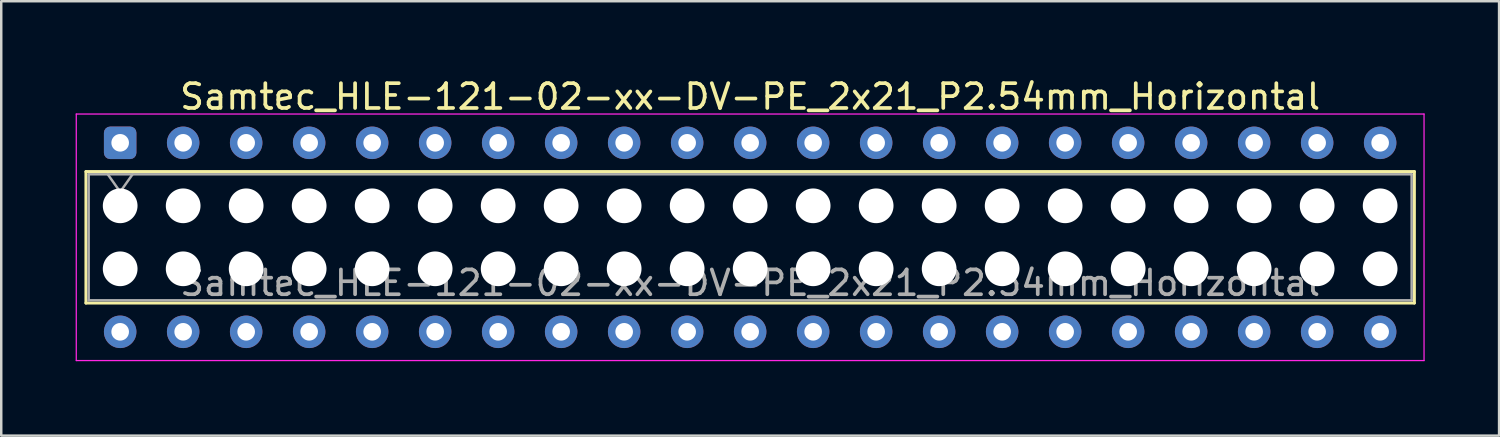
<source format=kicad_pcb>
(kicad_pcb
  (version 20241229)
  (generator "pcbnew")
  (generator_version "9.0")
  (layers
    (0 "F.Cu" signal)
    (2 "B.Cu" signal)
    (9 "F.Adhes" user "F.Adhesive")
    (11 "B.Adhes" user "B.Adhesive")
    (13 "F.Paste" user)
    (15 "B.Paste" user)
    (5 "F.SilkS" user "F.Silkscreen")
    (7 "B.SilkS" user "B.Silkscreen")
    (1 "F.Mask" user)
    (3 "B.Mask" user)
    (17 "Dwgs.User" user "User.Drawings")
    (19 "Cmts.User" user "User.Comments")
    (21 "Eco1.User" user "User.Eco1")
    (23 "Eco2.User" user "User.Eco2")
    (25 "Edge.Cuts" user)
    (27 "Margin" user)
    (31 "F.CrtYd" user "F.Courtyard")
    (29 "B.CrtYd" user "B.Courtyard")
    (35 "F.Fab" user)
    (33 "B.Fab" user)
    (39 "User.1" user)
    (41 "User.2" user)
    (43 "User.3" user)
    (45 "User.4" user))
  (footprint "Samtec_HLE-121-02-xx-DV-PE_2x21_P2.54mm_Horizontal"
    (layer "F.Cu")
    (at 1.795 2.708)
    (property "Reference" "Samtec_HLE-121-02-xx-DV-PE_2x21_P2.54mm_Horizontal" (at 25.4 -1.86 0) (layer "F.SilkS") (effects (font (size 1 1) (thickness 0.15))))
    (attr through_hole)
    (fp_line (start -1.38 1.16) (end 52.18 1.16) (stroke (width 0.12) (type solid)) (layer "F.SilkS"))
    (fp_line (start -1.38 6.46) (end -1.38 1.16) (stroke (width 0.12) (type solid)) (layer "F.SilkS"))
    (fp_line (start 52.18 1.16) (end 52.18 6.46) (stroke (width 0.12) (type solid)) (layer "F.SilkS"))
    (fp_line (start 52.18 6.46) (end -1.38 6.46) (stroke (width 0.12) (type solid)) (layer "F.SilkS"))
    (fp_line (start -1.77 -1.16) (end 52.57 -1.16) (stroke (width 0.05) (type solid)) (layer "F.CrtYd"))
    (fp_line (start -1.77 8.78) (end -1.77 -1.16) (stroke (width 0.05) (type solid)) (layer "F.CrtYd"))
    (fp_line (start 52.57 -1.16) (end 52.57 8.78) (stroke (width 0.05) (type solid)) (layer "F.CrtYd"))
    (fp_line (start 52.57 8.78) (end -1.77 8.78) (stroke (width 0.05) (type solid)) (layer "F.CrtYd"))
    (fp_line (start -1.27 1.27) (end 52.07 1.27) (stroke (width 0.1) (type solid)) (layer "F.Fab"))
    (fp_line (start -1.27 6.35) (end -1.27 1.27) (stroke (width 0.1) (type solid)) (layer "F.Fab"))
    (fp_line (start -0.5 1.27) (end 0 1.977) (stroke (width 0.1) (type solid)) (layer "F.Fab"))
    (fp_line (start 0 1.977) (end 0.5 1.27) (stroke (width 0.1) (type solid)) (layer "F.Fab"))
    (fp_line (start 52.07 1.27) (end 52.07 6.35) (stroke (width 0.1) (type solid)) (layer "F.Fab"))
    (fp_line (start 52.07 6.35) (end -1.27 6.35) (stroke (width 0.1) (type solid)) (layer "F.Fab"))
    (fp_text user "${REFERENCE}" (at 25.4 5.65 0) (layer "F.Fab") (effects (font (size 1 1) (thickness 0.15))))
    (pad "" np_thru_hole circle (at 0 2.54) (size 1.4 1.4) (drill 1.4) (layers "*.Cu" "*.Mask"))
    (pad "" np_thru_hole circle (at 0 5.08) (size 1.4 1.4) (drill 1.4) (layers "*.Cu" "*.Mask"))
    (pad "" np_thru_hole circle (at 2.54 2.54) (size 1.4 1.4) (drill 1.4) (layers "*.Cu" "*.Mask"))
    (pad "" np_thru_hole circle (at 2.54 5.08) (size 1.4 1.4) (drill 1.4) (layers "*.Cu" "*.Mask"))
    (pad "" np_thru_hole circle (at 5.08 2.54) (size 1.4 1.4) (drill 1.4) (layers "*.Cu" "*.Mask"))
    (pad "" np_thru_hole circle (at 5.08 5.08) (size 1.4 1.4) (drill 1.4) (layers "*.Cu" "*.Mask"))
    (pad "" np_thru_hole circle (at 7.62 2.54) (size 1.4 1.4) (drill 1.4) (layers "*.Cu" "*.Mask"))
    (pad "" np_thru_hole circle (at 7.62 5.08) (size 1.4 1.4) (drill 1.4) (layers "*.Cu" "*.Mask"))
    (pad "" np_thru_hole circle (at 10.16 2.54) (size 1.4 1.4) (drill 1.4) (layers "*.Cu" "*.Mask"))
    (pad "" np_thru_hole circle (at 10.16 5.08) (size 1.4 1.4) (drill 1.4) (layers "*.Cu" "*.Mask"))
    (pad "" np_thru_hole circle (at 12.7 2.54) (size 1.4 1.4) (drill 1.4) (layers "*.Cu" "*.Mask"))
    (pad "" np_thru_hole circle (at 12.7 5.08) (size 1.4 1.4) (drill 1.4) (layers "*.Cu" "*.Mask"))
    (pad "" np_thru_hole circle (at 15.24 2.54) (size 1.4 1.4) (drill 1.4) (layers "*.Cu" "*.Mask"))
    (pad "" np_thru_hole circle (at 15.24 5.08) (size 1.4 1.4) (drill 1.4) (layers "*.Cu" "*.Mask"))
    (pad "" np_thru_hole circle (at 17.78 2.54) (size 1.4 1.4) (drill 1.4) (layers "*.Cu" "*.Mask"))
    (pad "" np_thru_hole circle (at 17.78 5.08) (size 1.4 1.4) (drill 1.4) (layers "*.Cu" "*.Mask"))
    (pad "" np_thru_hole circle (at 20.32 2.54) (size 1.4 1.4) (drill 1.4) (layers "*.Cu" "*.Mask"))
    (pad "" np_thru_hole circle (at 20.32 5.08) (size 1.4 1.4) (drill 1.4) (layers "*.Cu" "*.Mask"))
    (pad "" np_thru_hole circle (at 22.86 2.54) (size 1.4 1.4) (drill 1.4) (layers "*.Cu" "*.Mask"))
    (pad "" np_thru_hole circle (at 22.86 5.08) (size 1.4 1.4) (drill 1.4) (layers "*.Cu" "*.Mask"))
    (pad "" np_thru_hole circle (at 25.4 2.54) (size 1.4 1.4) (drill 1.4) (layers "*.Cu" "*.Mask"))
    (pad "" np_thru_hole circle (at 25.4 5.08) (size 1.4 1.4) (drill 1.4) (layers "*.Cu" "*.Mask"))
    (pad "" np_thru_hole circle (at 27.94 2.54) (size 1.4 1.4) (drill 1.4) (layers "*.Cu" "*.Mask"))
    (pad "" np_thru_hole circle (at 27.94 5.08) (size 1.4 1.4) (drill 1.4) (layers "*.Cu" "*.Mask"))
    (pad "" np_thru_hole circle (at 30.48 2.54) (size 1.4 1.4) (drill 1.4) (layers "*.Cu" "*.Mask"))
    (pad "" np_thru_hole circle (at 30.48 5.08) (size 1.4 1.4) (drill 1.4) (layers "*.Cu" "*.Mask"))
    (pad "" np_thru_hole circle (at 33.02 2.54) (size 1.4 1.4) (drill 1.4) (layers "*.Cu" "*.Mask"))
    (pad "" np_thru_hole circle (at 33.02 5.08) (size 1.4 1.4) (drill 1.4) (layers "*.Cu" "*.Mask"))
    (pad "" np_thru_hole circle (at 35.56 2.54) (size 1.4 1.4) (drill 1.4) (layers "*.Cu" "*.Mask"))
    (pad "" np_thru_hole circle (at 35.56 5.08) (size 1.4 1.4) (drill 1.4) (layers "*.Cu" "*.Mask"))
    (pad "" np_thru_hole circle (at 38.1 2.54) (size 1.4 1.4) (drill 1.4) (layers "*.Cu" "*.Mask"))
    (pad "" np_thru_hole circle (at 38.1 5.08) (size 1.4 1.4) (drill 1.4) (layers "*.Cu" "*.Mask"))
    (pad "" np_thru_hole circle (at 40.64 2.54) (size 1.4 1.4) (drill 1.4) (layers "*.Cu" "*.Mask"))
    (pad "" np_thru_hole circle (at 40.64 5.08) (size 1.4 1.4) (drill 1.4) (layers "*.Cu" "*.Mask"))
    (pad "" np_thru_hole circle (at 43.18 2.54) (size 1.4 1.4) (drill 1.4) (layers "*.Cu" "*.Mask"))
    (pad "" np_thru_hole circle (at 43.18 5.08) (size 1.4 1.4) (drill 1.4) (layers "*.Cu" "*.Mask"))
    (pad "" np_thru_hole circle (at 45.72 2.54) (size 1.4 1.4) (drill 1.4) (layers "*.Cu" "*.Mask"))
    (pad "" np_thru_hole circle (at 45.72 5.08) (size 1.4 1.4) (drill 1.4) (layers "*.Cu" "*.Mask"))
    (pad "" np_thru_hole circle (at 48.26 2.54) (size 1.4 1.4) (drill 1.4) (layers "*.Cu" "*.Mask"))
    (pad "" np_thru_hole circle (at 48.26 5.08) (size 1.4 1.4) (drill 1.4) (layers "*.Cu" "*.Mask"))
    (pad "" np_thru_hole circle (at 50.8 2.54) (size 1.4 1.4) (drill 1.4) (layers "*.Cu" "*.Mask"))
    (pad "" np_thru_hole circle (at 50.8 5.08) (size 1.4 1.4) (drill 1.4) (layers "*.Cu" "*.Mask"))
    (pad "1" thru_hole roundrect (at 0 0) (size 1.31 1.31) (drill 0.71) (layers "*.Cu" "*.Mask") (roundrect_rratio 0.191))
    (pad "2" thru_hole circle (at 0 7.62) (size 1.31 1.31) (drill 0.71) (layers "*.Cu" "*.Mask"))
    (pad "3" thru_hole circle (at 2.54 0) (size 1.31 1.31) (drill 0.71) (layers "*.Cu" "*.Mask"))
    (pad "4" thru_hole circle (at 2.54 7.62) (size 1.31 1.31) (drill 0.71) (layers "*.Cu" "*.Mask"))
    (pad "5" thru_hole circle (at 5.08 0) (size 1.31 1.31) (drill 0.71) (layers "*.Cu" "*.Mask"))
    (pad "6" thru_hole circle (at 5.08 7.62) (size 1.31 1.31) (drill 0.71) (layers "*.Cu" "*.Mask"))
    (pad "7" thru_hole circle (at 7.62 0) (size 1.31 1.31) (drill 0.71) (layers "*.Cu" "*.Mask"))
    (pad "8" thru_hole circle (at 7.62 7.62) (size 1.31 1.31) (drill 0.71) (layers "*.Cu" "*.Mask"))
    (pad "9" thru_hole circle (at 10.16 0) (size 1.31 1.31) (drill 0.71) (layers "*.Cu" "*.Mask"))
    (pad "10" thru_hole circle (at 10.16 7.62) (size 1.31 1.31) (drill 0.71) (layers "*.Cu" "*.Mask"))
    (pad "11" thru_hole circle (at 12.7 0) (size 1.31 1.31) (drill 0.71) (layers "*.Cu" "*.Mask"))
    (pad "12" thru_hole circle (at 12.7 7.62) (size 1.31 1.31) (drill 0.71) (layers "*.Cu" "*.Mask"))
    (pad "13" thru_hole circle (at 15.24 0) (size 1.31 1.31) (drill 0.71) (layers "*.Cu" "*.Mask"))
    (pad "14" thru_hole circle (at 15.24 7.62) (size 1.31 1.31) (drill 0.71) (layers "*.Cu" "*.Mask"))
    (pad "15" thru_hole circle (at 17.78 0) (size 1.31 1.31) (drill 0.71) (layers "*.Cu" "*.Mask"))
    (pad "16" thru_hole circle (at 17.78 7.62) (size 1.31 1.31) (drill 0.71) (layers "*.Cu" "*.Mask"))
    (pad "17" thru_hole circle (at 20.32 0) (size 1.31 1.31) (drill 0.71) (layers "*.Cu" "*.Mask"))
    (pad "18" thru_hole circle (at 20.32 7.62) (size 1.31 1.31) (drill 0.71) (layers "*.Cu" "*.Mask"))
    (pad "19" thru_hole circle (at 22.86 0) (size 1.31 1.31) (drill 0.71) (layers "*.Cu" "*.Mask"))
    (pad "20" thru_hole circle (at 22.86 7.62) (size 1.31 1.31) (drill 0.71) (layers "*.Cu" "*.Mask"))
    (pad "21" thru_hole circle (at 25.4 0) (size 1.31 1.31) (drill 0.71) (layers "*.Cu" "*.Mask"))
    (pad "22" thru_hole circle (at 25.4 7.62) (size 1.31 1.31) (drill 0.71) (layers "*.Cu" "*.Mask"))
    (pad "23" thru_hole circle (at 27.94 0) (size 1.31 1.31) (drill 0.71) (layers "*.Cu" "*.Mask"))
    (pad "24" thru_hole circle (at 27.94 7.62) (size 1.31 1.31) (drill 0.71) (layers "*.Cu" "*.Mask"))
    (pad "25" thru_hole circle (at 30.48 0) (size 1.31 1.31) (drill 0.71) (layers "*.Cu" "*.Mask"))
    (pad "26" thru_hole circle (at 30.48 7.62) (size 1.31 1.31) (drill 0.71) (layers "*.Cu" "*.Mask"))
    (pad "27" thru_hole circle (at 33.02 0) (size 1.31 1.31) (drill 0.71) (layers "*.Cu" "*.Mask"))
    (pad "28" thru_hole circle (at 33.02 7.62) (size 1.31 1.31) (drill 0.71) (layers "*.Cu" "*.Mask"))
    (pad "29" thru_hole circle (at 35.56 0) (size 1.31 1.31) (drill 0.71) (layers "*.Cu" "*.Mask"))
    (pad "30" thru_hole circle (at 35.56 7.62) (size 1.31 1.31) (drill 0.71) (layers "*.Cu" "*.Mask"))
    (pad "31" thru_hole circle (at 38.1 0) (size 1.31 1.31) (drill 0.71) (layers "*.Cu" "*.Mask"))
    (pad "32" thru_hole circle (at 38.1 7.62) (size 1.31 1.31) (drill 0.71) (layers "*.Cu" "*.Mask"))
    (pad "33" thru_hole circle (at 40.64 0) (size 1.31 1.31) (drill 0.71) (layers "*.Cu" "*.Mask"))
    (pad "34" thru_hole circle (at 40.64 7.62) (size 1.31 1.31) (drill 0.71) (layers "*.Cu" "*.Mask"))
    (pad "35" thru_hole circle (at 43.18 0) (size 1.31 1.31) (drill 0.71) (layers "*.Cu" "*.Mask"))
    (pad "36" thru_hole circle (at 43.18 7.62) (size 1.31 1.31) (drill 0.71) (layers "*.Cu" "*.Mask"))
    (pad "37" thru_hole circle (at 45.72 0) (size 1.31 1.31) (drill 0.71) (layers "*.Cu" "*.Mask"))
    (pad "38" thru_hole circle (at 45.72 7.62) (size 1.31 1.31) (drill 0.71) (layers "*.Cu" "*.Mask"))
    (pad "39" thru_hole circle (at 48.26 0) (size 1.31 1.31) (drill 0.71) (layers "*.Cu" "*.Mask"))
    (pad "40" thru_hole circle (at 48.26 7.62) (size 1.31 1.31) (drill 0.71) (layers "*.Cu" "*.Mask"))
    (pad "41" thru_hole circle (at 50.8 0) (size 1.31 1.31) (drill 0.71) (layers "*.Cu" "*.Mask"))
    (pad "42" thru_hole circle (at 50.8 7.62) (size 1.31 1.31) (drill 0.71) (layers "*.Cu" "*.Mask")))
  (gr_rect
    (start -3 -3)
    (end 57.39 14.513)
    (stroke (width 0.1) (type default))
    (fill no)
    (layer "Edge.Cuts")))
</source>
